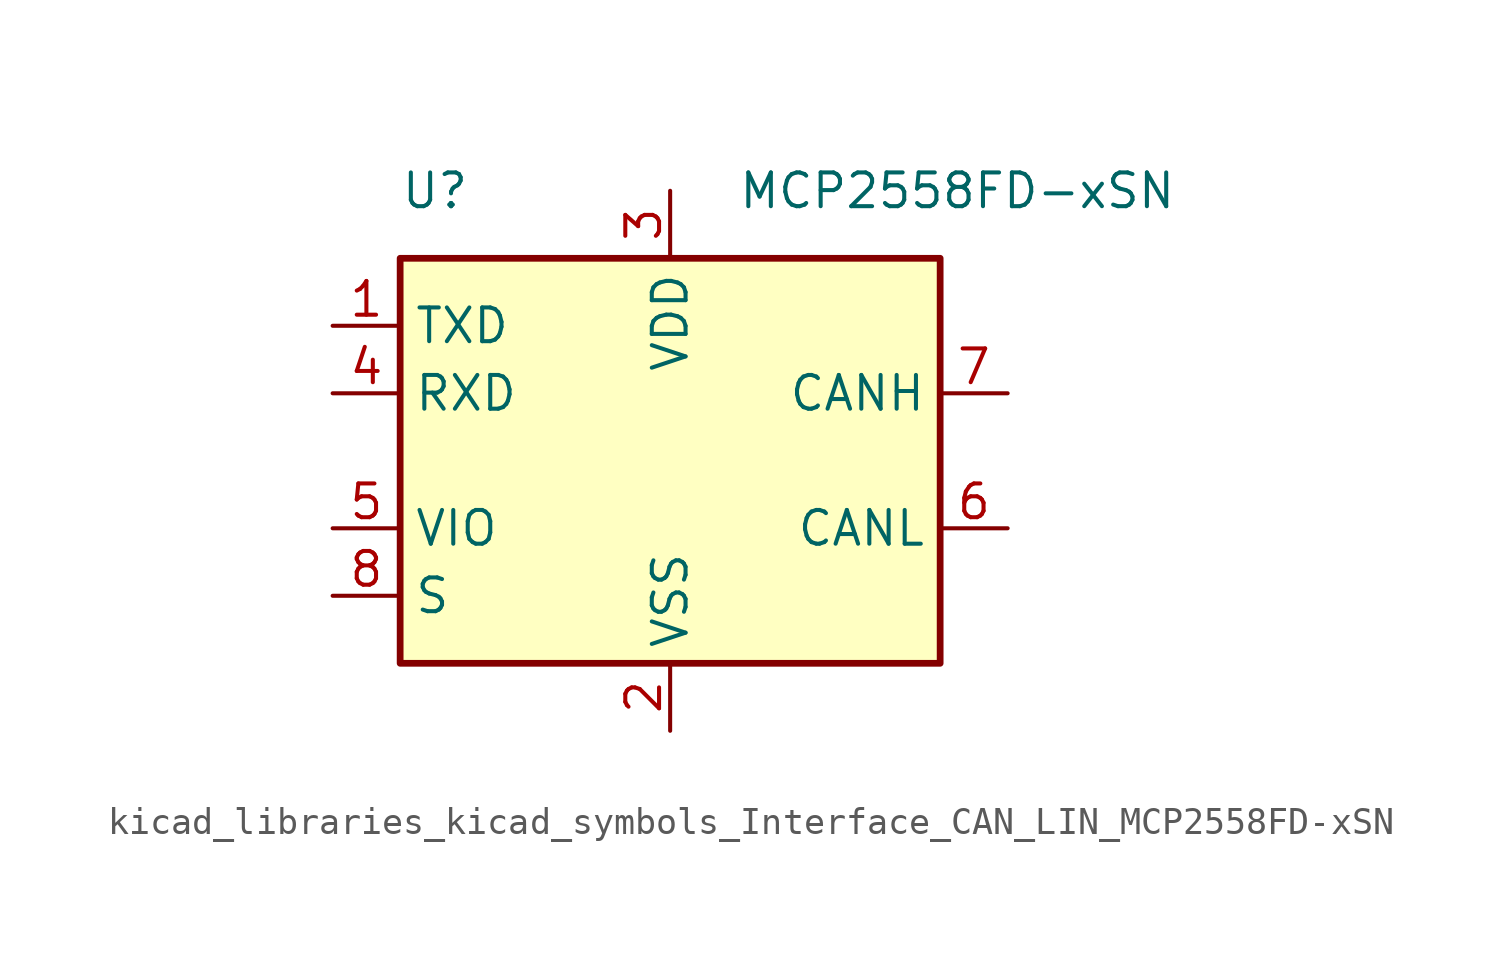
<source format=kicad_sym>
(kicad_symbol_lib
  (version 20220914)
  (generator kicad_symbol_editor)
  (symbol "kicad_libraries_kicad_symbols_Interface_CAN_LIN_MCP2558FD-xSN"
    (property "Reference" "U"
      (at -10.16 10.16 0)
      (effects (font (size 1.27 1.27)) (justify left)))
    (property "Value" "MCP2558FD-xSN"
      (at 2.54 10.16 0)
      (effects (font (size 1.27 1.27)) (justify left)))
    (symbol "kicad_libraries_kicad_symbols_Interface_CAN_LIN_MCP2558FD-xSN_0_1"
      (rectangle (start -10.16 7.62) (end 10.16 -7.62) (stroke (width 0.254) (type default)) (fill (type background))))
    (symbol "kicad_libraries_kicad_symbols_Interface_CAN_LIN_MCP2558FD-xSN_1_1"
      (pin input line (at -12.7 5.08 0) (length 2.54) (name "TXD" (effects (font (size 1.27 1.27)))) (number "1" (effects (font (size 1.27 1.27)))))
      (pin power_in line (at 0 -10.16 90) (length 2.54) (name "VSS" (effects (font (size 1.27 1.27)))) (number "2" (effects (font (size 1.27 1.27)))))
      (pin power_in line (at 0 10.16 270) (length 2.54) (name "VDD" (effects (font (size 1.27 1.27)))) (number "3" (effects (font (size 1.27 1.27)))))
      (pin output line (at -12.7 2.54 0) (length 2.54) (name "RXD" (effects (font (size 1.27 1.27)))) (number "4" (effects (font (size 1.27 1.27)))))
      (pin power_in line (at -12.7 -2.54 0) (length 2.54) (name "VIO" (effects (font (size 1.27 1.27)))) (number "5" (effects (font (size 1.27 1.27)))))
      (pin bidirectional line (at 12.7 -2.54 180) (length 2.54) (name "CANL" (effects (font (size 1.27 1.27)))) (number "6" (effects (font (size 1.27 1.27)))))
      (pin bidirectional line (at 12.7 2.54 180) (length 2.54) (name "CANH" (effects (font (size 1.27 1.27)))) (number "7" (effects (font (size 1.27 1.27)))))
      (pin input line (at -12.7 -5.08 0) (length 2.54) (name "S" (effects (font (size 1.27 1.27)))) (number "8" (effects (font (size 1.27 1.27))))))))
</source>
